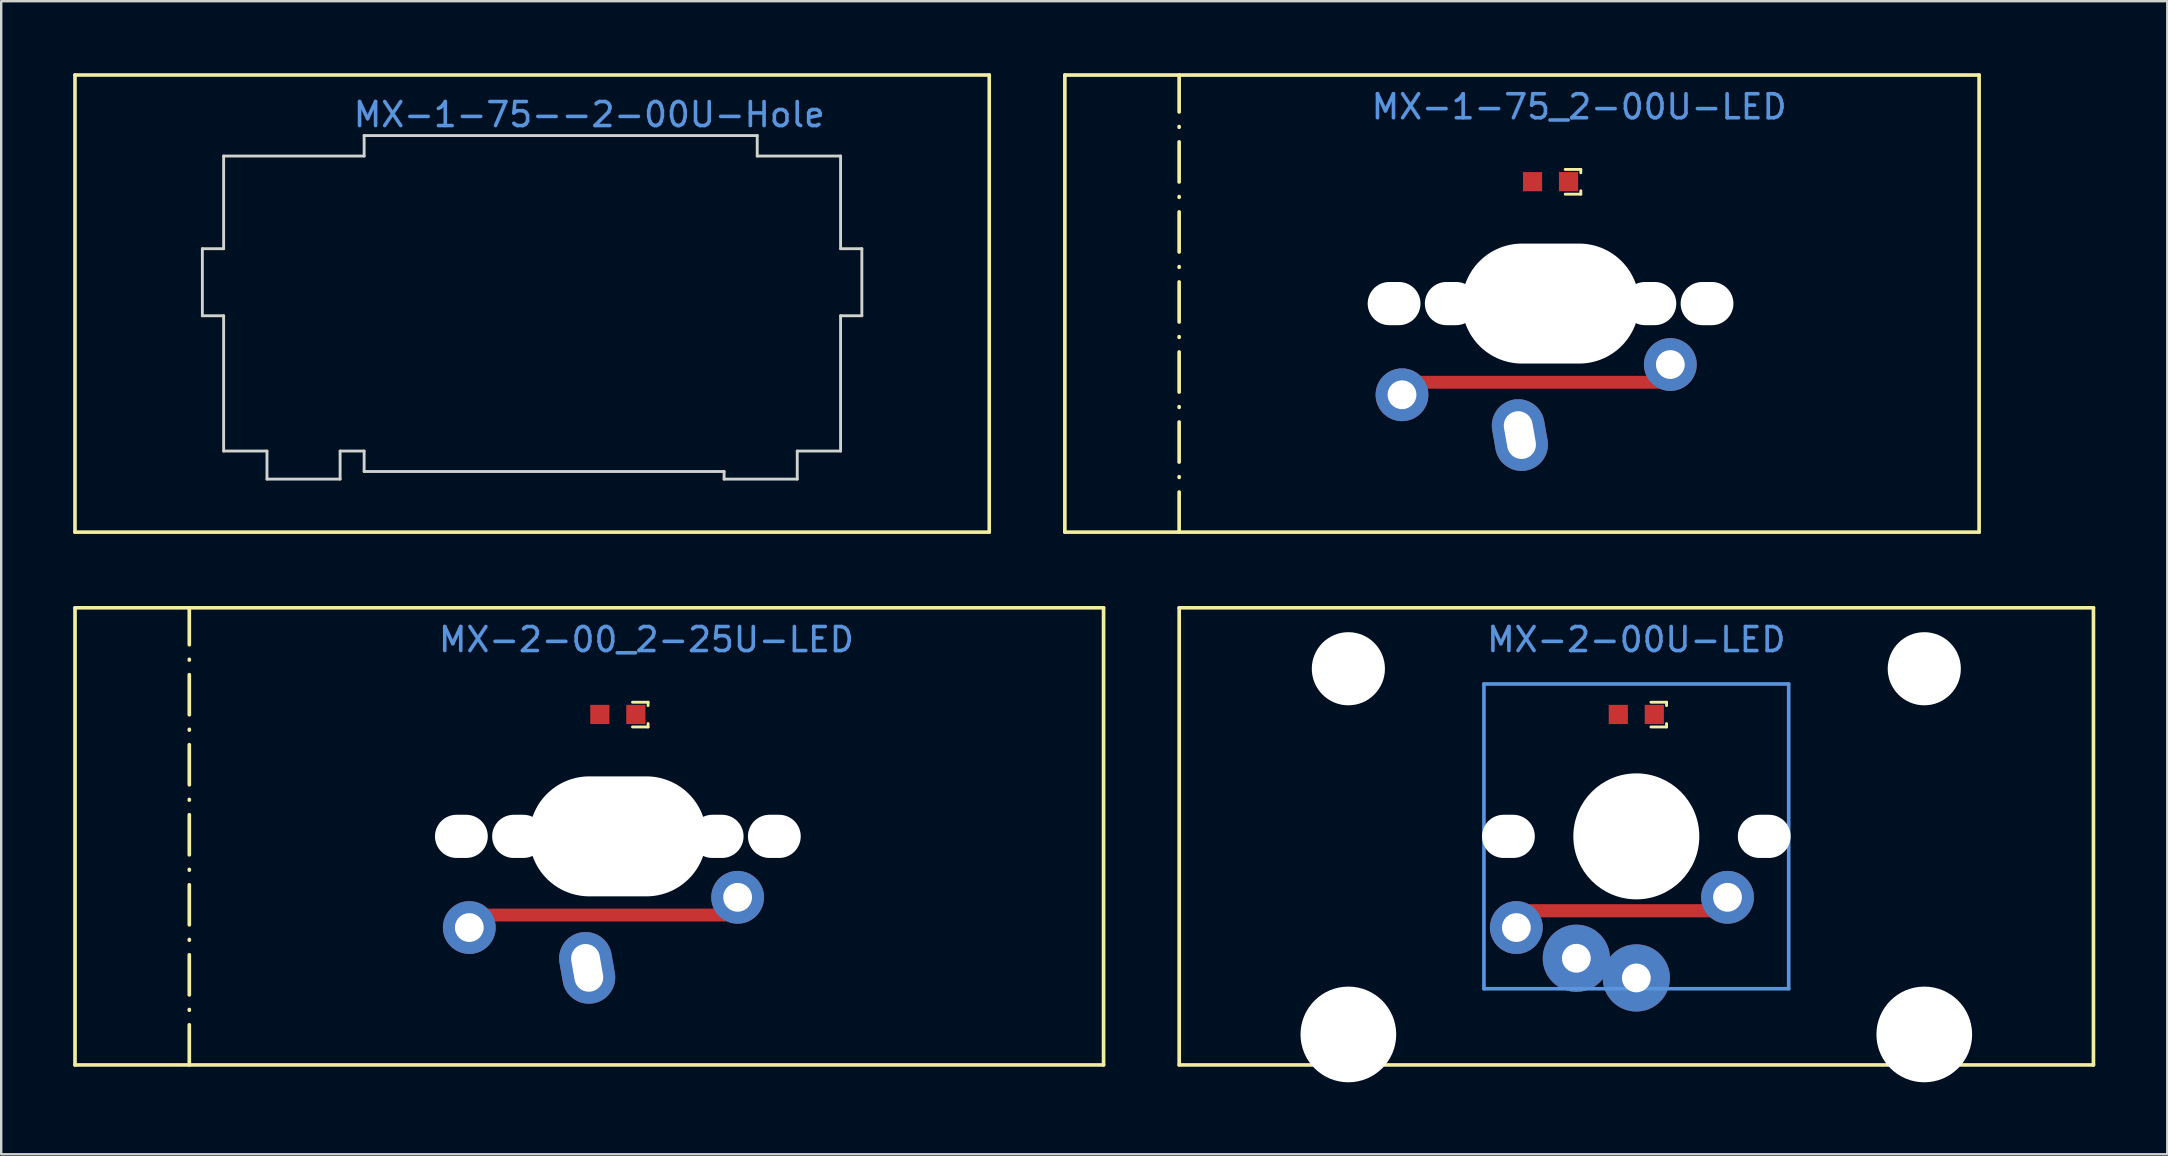
<source format=kicad_pcb>
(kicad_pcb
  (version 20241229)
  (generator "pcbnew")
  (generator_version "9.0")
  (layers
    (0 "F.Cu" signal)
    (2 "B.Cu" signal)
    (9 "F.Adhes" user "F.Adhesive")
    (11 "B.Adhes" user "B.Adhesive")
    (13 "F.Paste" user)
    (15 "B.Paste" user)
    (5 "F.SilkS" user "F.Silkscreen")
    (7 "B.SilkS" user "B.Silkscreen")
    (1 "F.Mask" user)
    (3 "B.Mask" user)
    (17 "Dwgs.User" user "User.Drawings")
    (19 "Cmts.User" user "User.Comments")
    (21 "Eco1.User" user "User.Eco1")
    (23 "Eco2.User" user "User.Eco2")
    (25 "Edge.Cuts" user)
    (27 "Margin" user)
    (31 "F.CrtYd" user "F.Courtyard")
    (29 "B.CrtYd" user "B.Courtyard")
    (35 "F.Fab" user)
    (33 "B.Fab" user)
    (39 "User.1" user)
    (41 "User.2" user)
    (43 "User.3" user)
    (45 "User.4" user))
  (footprint "MX-1-75_2-00U-LED"
    (layer "F.Cu")
    (at 61.567 4.521)
    (property "Reference" "MX-1-75_2-00U-LED" (at 1.191 -3.12 0) (layer "Cmts.User") (effects (font (size 1 1) (thickness 0.15))))
    (fp_line (start -20.241 -4.445) (end 17.859 -4.445) (stroke (width 0.152) (type solid)) (layer "F.SilkS"))
    (fp_line (start -20.241 14.605) (end -20.241 -4.445) (stroke (width 0.152) (type solid)) (layer "F.SilkS"))
    (fp_line (start -15.478 14.605) (end -15.478 -4.445) (stroke (width 0.152) (type dash_dot)) (layer "F.SilkS"))
    (fp_line (start 0.61 -0.51) (end 1.26 -0.51) (stroke (width 0.12) (type solid)) (layer "F.SilkS"))
    (fp_line (start 0.61 0.52) (end 1.26 0.52) (stroke (width 0.12) (type solid)) (layer "F.SilkS"))
    (fp_line (start 1.26 -0.51) (end 1.26 -0.37) (stroke (width 0.12) (type solid)) (layer "F.SilkS"))
    (fp_line (start 1.26 0.52) (end 1.26 0.38) (stroke (width 0.12) (type solid)) (layer "F.SilkS"))
    (fp_line (start 17.859 -4.445) (end 17.859 14.605) (stroke (width 0.152) (type solid)) (layer "F.SilkS"))
    (fp_line (start 17.859 14.605) (end -20.241 14.605) (stroke (width 0.152) (type solid)) (layer "F.SilkS"))
    (pad "" np_thru_hole oval (at -6.521 5.08 270) (size 1.8 2.2) (drill oval 1.8 2.2) (layers "*.Cu" "*.Mask"))
    (pad "" np_thru_hole oval (at -4.139 5.08 270) (size 1.8 2.2) (drill oval 1.8 2.2) (layers "*.Cu" "*.Mask"))
    (pad "" np_thru_hole oval (at 0 5.08) (size 7.381 5) (drill oval 7.381 5) (layers "*.Cu" "*.Mask"))
    (pad "" np_thru_hole oval (at 4.139 5.08 270) (size 1.8 2.2) (drill oval 1.8 2.2) (layers "*.Cu" "*.Mask"))
    (pad "" np_thru_hole oval (at 6.521 5.08 270) (size 1.8 2.2) (drill oval 1.8 2.2) (layers "*.Cu" "*.Mask"))
    (pad "1" thru_hole oval (at -1.279 10.56 280) (size 3 2.2) (drill oval 2 1.2) (layers "*.Cu" "*.Mask"))
    (pad "2" thru_hole circle (at -6.191 8.88 270) (size 2.2 2.2) (drill 1.2) (layers "*.Cu" "*.Mask"))
    (pad "2" smd rect (at -0.531 8.359) (size 10.076 0.537) (layers "F.Cu" "F.Mask" "F.Paste"))
    (pad "2" thru_hole circle (at 4.991 7.62 225) (size 2.2 2.2) (drill 1.2) (layers "*.Cu" "*.Mask"))
    (pad "3" smd rect (at 0.75 0 90) (size 0.8 0.8) (layers "F.Cu" "F.Mask" "F.Paste"))
    (pad "4" smd rect (at -0.75 0 90) (size 0.8 0.8) (layers "F.Cu" "F.Mask" "F.Paste")))
  (footprint "MX-2-00U-LED"
    (layer "F.Cu")
    (at 65.141 26.724)
    (property "Reference" "MX-2-00U-LED" (at 0 -3.12 0) (layer "Cmts.User") (effects (font (size 1 1) (thickness 0.15))))
    (fp_line (start -19.05 -4.445) (end 19.05 -4.445) (stroke (width 0.152) (type solid)) (layer "F.SilkS"))
    (fp_line (start -19.05 14.605) (end -19.05 -4.445) (stroke (width 0.152) (type solid)) (layer "F.SilkS"))
    (fp_line (start 0.61 -0.51) (end 1.26 -0.51) (stroke (width 0.12) (type solid)) (layer "F.SilkS"))
    (fp_line (start 0.61 0.52) (end 1.26 0.52) (stroke (width 0.12) (type solid)) (layer "F.SilkS"))
    (fp_line (start 1.26 -0.51) (end 1.26 -0.37) (stroke (width 0.12) (type solid)) (layer "F.SilkS"))
    (fp_line (start 1.26 0.52) (end 1.26 0.38) (stroke (width 0.12) (type solid)) (layer "F.SilkS"))
    (fp_line (start 19.05 -4.445) (end 19.05 14.605) (stroke (width 0.152) (type solid)) (layer "F.SilkS"))
    (fp_line (start 19.05 14.605) (end -19.05 14.605) (stroke (width 0.152) (type solid)) (layer "F.SilkS"))
    (fp_line (start -6.35 -1.27) (end 6.35 -1.27) (stroke (width 0.152) (type solid)) (layer "Cmts.User"))
    (fp_line (start -6.35 11.43) (end -6.35 -1.27) (stroke (width 0.152) (type solid)) (layer "Cmts.User"))
    (fp_line (start 6.35 -1.27) (end 6.35 11.43) (stroke (width 0.152) (type solid)) (layer "Cmts.User"))
    (fp_line (start 6.35 11.43) (end -6.35 11.43) (stroke (width 0.152) (type solid)) (layer "Cmts.User"))
    (fp_line (start -7.798 -0.925) (end -6.985 -0.925) (stroke (width 0.152) (type solid)) (layer "Eco2.User"))
    (fp_line (start -7.798 2.576) (end -7.798 -0.925) (stroke (width 0.152) (type solid)) (layer "Eco2.User"))
    (fp_line (start -7.798 7.584) (end -6.985 7.584) (stroke (width 0.152) (type solid)) (layer "Eco2.User"))
    (fp_line (start -7.798 11.085) (end -7.798 7.584) (stroke (width 0.152) (type solid)) (layer "Eco2.User"))
    (fp_line (start -6.985 -1.905) (end 6.985 -1.905) (stroke (width 0.152) (type solid)) (layer "Eco2.User"))
    (fp_line (start -6.985 -0.925) (end -6.985 -1.905) (stroke (width 0.152) (type solid)) (layer "Eco2.User"))
    (fp_line (start -6.985 2.576) (end -7.798 2.576) (stroke (width 0.152) (type solid)) (layer "Eco2.User"))
    (fp_line (start -6.985 7.584) (end -6.985 2.576) (stroke (width 0.152) (type solid)) (layer "Eco2.User"))
    (fp_line (start -6.985 11.085) (end -7.798 11.085) (stroke (width 0.152) (type solid)) (layer "Eco2.User"))
    (fp_line (start -6.985 12.065) (end -6.985 11.085) (stroke (width 0.152) (type solid)) (layer "Eco2.User"))
    (fp_line (start 6.985 -1.905) (end 6.985 -0.925) (stroke (width 0.152) (type solid)) (layer "Eco2.User"))
    (fp_line (start 6.985 -0.925) (end 7.798 -0.925) (stroke (width 0.152) (type solid)) (layer "Eco2.User"))
    (fp_line (start 6.985 2.576) (end 6.985 7.584) (stroke (width 0.152) (type solid)) (layer "Eco2.User"))
    (fp_line (start 6.985 7.584) (end 7.798 7.584) (stroke (width 0.152) (type solid)) (layer "Eco2.User"))
    (fp_line (start 6.985 11.085) (end 6.985 12.065) (stroke (width 0.152) (type solid)) (layer "Eco2.User"))
    (fp_line (start 6.985 12.065) (end -6.985 12.065) (stroke (width 0.152) (type solid)) (layer "Eco2.User"))
    (fp_line (start 7.798 -0.925) (end 7.798 2.576) (stroke (width 0.152) (type solid)) (layer "Eco2.User"))
    (fp_line (start 7.798 2.576) (end 6.985 2.576) (stroke (width 0.152) (type solid)) (layer "Eco2.User"))
    (fp_line (start 7.798 7.584) (end 7.798 11.085) (stroke (width 0.152) (type solid)) (layer "Eco2.User"))
    (fp_line (start 7.798 11.085) (end 6.985 11.085) (stroke (width 0.152) (type solid)) (layer "Eco2.User"))
    (pad "" np_thru_hole circle (at -12 -1.905 180) (size 3.048 3.048) (drill 3.048) (layers "*.Cu" "*.Mask"))
    (pad "" np_thru_hole circle (at -12 13.335 180) (size 3.988 3.988) (drill 3.988) (layers "*.Cu" "*.Mask"))
    (pad "" np_thru_hole oval (at -5.33 5.08 270) (size 1.8 2.2) (drill oval 1.8 2.2) (layers "*.Cu" "*.Mask"))
    (pad "" np_thru_hole circle (at 0 5.08 180) (size 5.25 5.25) (drill 5.25) (layers "*.Cu" "*.Mask"))
    (pad "" np_thru_hole oval (at 5.33 5.08 270) (size 1.8 2.2) (drill oval 1.8 2.2) (layers "*.Cu" "*.Mask"))
    (pad "" np_thru_hole circle (at 12 -1.905 180) (size 3.048 3.048) (drill 3.048) (layers "*.Cu" "*.Mask"))
    (pad "" np_thru_hole circle (at 12 13.335 180) (size 3.988 3.988) (drill 3.988) (layers "*.Cu" "*.Mask"))
    (pad "1" thru_hole circle (at -2.5 10.16) (size 2.8 2.8) (drill oval 1.2) (layers "*.Cu" "*.Mask"))
    (pad "1" thru_hole circle (at 0 10.98 90) (size 2.8 2.8) (drill 1.2) (layers "*.Cu" "*.Mask"))
    (pad "2" thru_hole circle (at -5 8.88 270) (size 2.2 2.2) (drill 1.2) (layers "*.Cu" "*.Mask"))
    (pad "2" smd rect (at -0.67 8.18) (size 7.64 0.55) (layers "F.Cu" "F.Mask" "F.Paste"))
    (pad "2" thru_hole circle (at 3.8 7.62 225) (size 2.2 2.2) (drill 1.2) (layers "*.Cu" "*.Mask"))
    (pad "3" smd rect (at 0.75 0 90) (size 0.8 0.8) (layers "F.Cu" "F.Mask" "F.Paste"))
    (pad "4" smd rect (at -0.75 0 90) (size 0.8 0.8) (layers "F.Cu" "F.Mask" "F.Paste")))
  (footprint "MX-2-00_2-25U-LED"
    (layer "F.Cu")
    (at 22.698 26.724)
    (property "Reference" "MX-2-00_2-25U-LED" (at 1.191 -3.12 0) (layer "Cmts.User") (effects (font (size 1 1) (thickness 0.15))))
    (fp_line (start -22.622 -4.445) (end 20.241 -4.445) (stroke (width 0.152) (type solid)) (layer "F.SilkS"))
    (fp_line (start -22.622 14.605) (end -22.622 -4.445) (stroke (width 0.152) (type solid)) (layer "F.SilkS"))
    (fp_line (start -17.859 14.605) (end -17.859 -4.445) (stroke (width 0.152) (type dash_dot)) (layer "F.SilkS"))
    (fp_line (start 0.61 -0.51) (end 1.26 -0.51) (stroke (width 0.12) (type solid)) (layer "F.SilkS"))
    (fp_line (start 0.61 0.52) (end 1.26 0.52) (stroke (width 0.12) (type solid)) (layer "F.SilkS"))
    (fp_line (start 1.26 -0.51) (end 1.26 -0.37) (stroke (width 0.12) (type solid)) (layer "F.SilkS"))
    (fp_line (start 1.26 0.52) (end 1.26 0.38) (stroke (width 0.12) (type solid)) (layer "F.SilkS"))
    (fp_line (start 20.241 -4.445) (end 20.241 14.605) (stroke (width 0.152) (type solid)) (layer "F.SilkS"))
    (fp_line (start 20.241 14.605) (end -22.622 14.605) (stroke (width 0.152) (type solid)) (layer "F.SilkS"))
    (pad "" np_thru_hole oval (at -6.521 5.08 270) (size 1.8 2.2) (drill oval 1.8 2.2) (layers "*.Cu" "*.Mask"))
    (pad "" np_thru_hole oval (at -4.139 5.08 270) (size 1.8 2.2) (drill oval 1.8 2.2) (layers "*.Cu" "*.Mask"))
    (pad "" np_thru_hole oval (at 0 5.08) (size 7.381 5) (drill oval 7.381 5) (layers "*.Cu" "*.Mask"))
    (pad "" np_thru_hole oval (at 4.139 5.08 270) (size 1.8 2.2) (drill oval 1.8 2.2) (layers "*.Cu" "*.Mask"))
    (pad "" np_thru_hole oval (at 6.521 5.08 270) (size 1.8 2.2) (drill oval 1.8 2.2) (layers "*.Cu" "*.Mask"))
    (pad "1" thru_hole oval (at -1.279 10.56 280) (size 3 2.2) (drill oval 2 1.2) (layers "*.Cu" "*.Mask"))
    (pad "2" thru_hole circle (at -6.191 8.88 270) (size 2.2 2.2) (drill 1.2) (layers "*.Cu" "*.Mask"))
    (pad "2" smd rect (at -0.531 8.359) (size 10.076 0.537) (layers "F.Cu" "F.Mask" "F.Paste"))
    (pad "2" thru_hole circle (at 4.991 7.62 225) (size 2.2 2.2) (drill 1.2) (layers "*.Cu" "*.Mask"))
    (pad "3" smd rect (at 0.75 0 90) (size 0.8 0.8) (layers "F.Cu" "F.Mask" "F.Paste"))
    (pad "4" smd rect (at -0.75 0 90) (size 0.8 0.8) (layers "F.Cu" "F.Mask" "F.Paste")))
  (footprint "MX-1-75--2-00U-Hole"
    (layer "F.Cu")
    (at 21.506 9.6)
    (property "Reference" "MX-1-75--2-00U-Hole" (at 0 -7.874 0) (layer "Cmts.User") (effects (font (size 1 1) (thickness 0.15))))
    (attr through_hole)
    (fp_line (start -21.431 -9.525) (end 16.669 -9.525) (stroke (width 0.15) (type solid)) (layer "F.SilkS"))
    (fp_line (start -21.431 9.525) (end -21.431 -9.525) (stroke (width 0.15) (type solid)) (layer "F.SilkS"))
    (fp_line (start 16.669 -9.525) (end 16.669 9.525) (stroke (width 0.15) (type solid)) (layer "F.SilkS"))
    (fp_line (start 16.669 9.525) (end -21.431 9.525) (stroke (width 0.15) (type solid)) (layer "F.SilkS"))
    (fp_line (start -16.123 -2.286) (end -16.123 0.508) (stroke (width 0.12) (type solid)) (layer "Edge.Cuts"))
    (fp_line (start -15.236 -6.147) (end -15.236 -2.286) (stroke (width 0.12) (type solid)) (layer "Edge.Cuts"))
    (fp_line (start -15.236 -2.286) (end -16.123 -2.286) (stroke (width 0.12) (type solid)) (layer "Edge.Cuts"))
    (fp_line (start -15.236 0.508) (end -16.123 0.508) (stroke (width 0.12) (type solid)) (layer "Edge.Cuts"))
    (fp_line (start -15.236 0.508) (end -15.236 6.147) (stroke (width 0.12) (type solid)) (layer "Edge.Cuts"))
    (fp_line (start -13.43 6.147) (end -15.236 6.147) (stroke (width 0.12) (type solid)) (layer "Edge.Cuts"))
    (fp_line (start -13.43 6.147) (end -13.43 7.315) (stroke (width 0.12) (type solid)) (layer "Edge.Cuts"))
    (fp_line (start -10.382 6.147) (end -10.382 7.315) (stroke (width 0.12) (type solid)) (layer "Edge.Cuts"))
    (fp_line (start -10.382 7.315) (end -13.43 7.315) (stroke (width 0.12) (type solid)) (layer "Edge.Cuts"))
    (fp_line (start -9.381 -7) (end -9.381 -6.147) (stroke (width 0.12) (type solid)) (layer "Edge.Cuts"))
    (fp_line (start -9.381 -7) (end 7 -7) (stroke (width 0.12) (type solid)) (layer "Edge.Cuts"))
    (fp_line (start -9.381 -6.147) (end -15.236 -6.147) (stroke (width 0.12) (type solid)) (layer "Edge.Cuts"))
    (fp_line (start -9.381 6.147) (end -10.382 6.147) (stroke (width 0.12) (type solid)) (layer "Edge.Cuts"))
    (fp_line (start -9.381 7) (end -9.381 6.147) (stroke (width 0.12) (type solid)) (layer "Edge.Cuts"))
    (fp_line (start -9.381 7) (end 5.62 7) (stroke (width 0.12) (type solid)) (layer "Edge.Cuts"))
    (fp_line (start 5.62 7) (end 5.62 7.315) (stroke (width 0.12) (type solid)) (layer "Edge.Cuts"))
    (fp_line (start 5.62 7.315) (end 8.668 7.315) (stroke (width 0.12) (type solid)) (layer "Edge.Cuts"))
    (fp_line (start 7 -7) (end 7 -6.147) (stroke (width 0.12) (type solid)) (layer "Edge.Cuts"))
    (fp_line (start 7 -6.147) (end 10.474 -6.147) (stroke (width 0.12) (type solid)) (layer "Edge.Cuts"))
    (fp_line (start 8.668 6.147) (end 8.668 7.315) (stroke (width 0.12) (type solid)) (layer "Edge.Cuts"))
    (fp_line (start 8.668 6.147) (end 10.474 6.147) (stroke (width 0.12) (type solid)) (layer "Edge.Cuts"))
    (fp_line (start 10.474 -6.147) (end 10.474 -2.286) (stroke (width 0.12) (type solid)) (layer "Edge.Cuts"))
    (fp_line (start 10.474 -2.286) (end 11.36 -2.286) (stroke (width 0.12) (type solid)) (layer "Edge.Cuts"))
    (fp_line (start 10.474 0.508) (end 10.474 6.147) (stroke (width 0.12) (type solid)) (layer "Edge.Cuts"))
    (fp_line (start 10.474 0.508) (end 11.36 0.508) (stroke (width 0.12) (type solid)) (layer "Edge.Cuts"))
    (fp_line (start 11.36 -2.286) (end 11.36 0.508) (stroke (width 0.12) (type solid)) (layer "Edge.Cuts")))
  (gr_rect
    (start -3 -3)
    (end 87.267 45.053)
    (stroke (width 0.1) (type default))
    (fill no)
    (layer "Edge.Cuts")))
</source>
